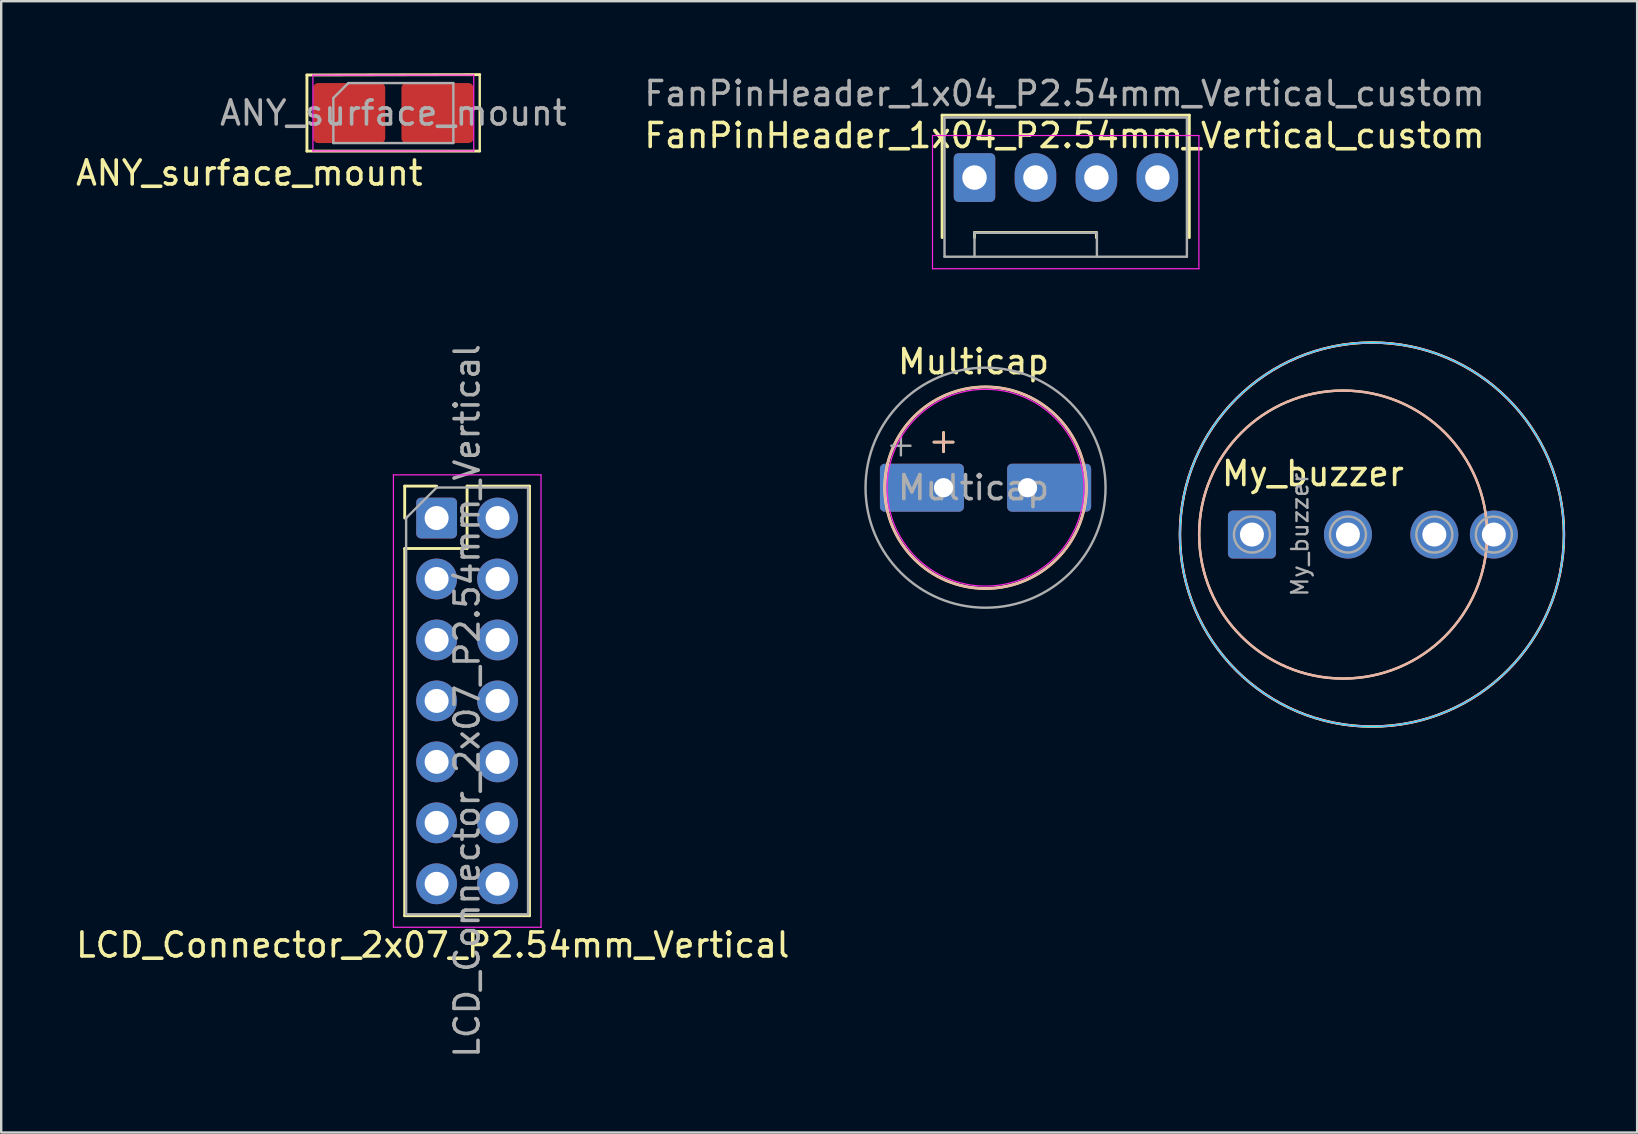
<source format=kicad_pcb>
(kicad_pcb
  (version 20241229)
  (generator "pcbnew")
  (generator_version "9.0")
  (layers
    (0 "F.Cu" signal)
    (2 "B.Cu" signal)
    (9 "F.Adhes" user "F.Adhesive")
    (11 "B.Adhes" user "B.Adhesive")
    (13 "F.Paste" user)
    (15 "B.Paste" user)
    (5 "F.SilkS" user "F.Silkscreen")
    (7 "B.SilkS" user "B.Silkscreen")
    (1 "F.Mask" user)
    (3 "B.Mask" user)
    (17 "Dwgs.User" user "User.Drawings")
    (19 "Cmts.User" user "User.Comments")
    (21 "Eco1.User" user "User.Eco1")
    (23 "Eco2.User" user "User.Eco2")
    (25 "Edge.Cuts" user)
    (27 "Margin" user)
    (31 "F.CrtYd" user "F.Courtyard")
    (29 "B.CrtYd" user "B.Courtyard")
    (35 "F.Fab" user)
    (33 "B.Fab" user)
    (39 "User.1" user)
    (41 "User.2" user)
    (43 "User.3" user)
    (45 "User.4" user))
  (footprint "Multicap"
    (layer "F.Cu")
    (at 36.264 17.271)
    (property "Reference" "Multicap" (at 1.25 -5.25 0) (layer "F.SilkS") (effects (font (size 1 1) (thickness 0.15))))
    (attr through_hole)
    (fp_line (start -0.4 -1.9) (end 0.4 -1.9) (stroke (width 0.12) (type solid)) (layer "F.SilkS"))
    (fp_line (start 0 -2.3) (end 0 -1.5) (stroke (width 0.12) (type solid)) (layer "F.SilkS"))
    (fp_circle (center 1.75 0) (end 5.95 0) (stroke (width 0.12) (type solid)) (fill no) (layer "F.SilkS"))
    (fp_line (start -0.4 -1.9) (end 0.4 -1.9) (stroke (width 0.1) (type default)) (layer "B.SilkS"))
    (fp_line (start 0 -2.3) (end 0 -1.5) (stroke (width 0.1) (type default)) (layer "B.SilkS"))
    (fp_circle (center 1.75 0) (end 5.95 0) (stroke (width 0.1) (type default)) (fill no) (layer "B.SilkS"))
    (fp_circle (center 1.75 0) (end 5.85 0) (stroke (width 0.05) (type solid)) (fill no) (layer "F.CrtYd"))
    (fp_line (start -2.177 -1.748) (end -1.377 -1.748) (stroke (width 0.1) (type solid)) (layer "F.Fab"))
    (fp_line (start -1.777 -2.147) (end -1.777 -1.347) (stroke (width 0.1) (type solid)) (layer "F.Fab"))
    (fp_circle (center 1.75 0) (end 6.75 0) (stroke (width 0.1) (type solid)) (fill no) (layer "F.Fab"))
    (fp_text user "${REFERENCE}" (at 1.25 0 0) (layer "F.Fab") (effects (font (size 1 1) (thickness 0.15))))
    (pad "1" thru_hole roundrect (at 0 0) (size 3.5 2) (drill 0.8 (offset -0.9 0)) (layers "*.Cu" "*.Mask") (roundrect_rratio 0.1))
    (pad "2" thru_hole roundrect (at 3.5 0) (size 3.5 2) (drill 0.8 (offset 0.9 0)) (layers "*.Cu" "*.Mask") (roundrect_rratio 0.1)))
  (footprint "My_buzzer"
    (layer "F.Cu")
    (at 49.114 19.223)
    (property "Reference" "My_buzzer" (at 2.54 -2.54 180) (layer "F.SilkS") (effects (font (size 1 1) (thickness 0.15))))
    (attr exclude_from_pos_files)
    (fp_circle (center 3.8 0) (end 9.8 0) (stroke (width 0.1) (type default)) (fill no) (layer "F.SilkS"))
    (fp_circle (center 5 0) (end 13 0) (stroke (width 0.1) (type default)) (fill no) (layer "F.SilkS"))
    (fp_circle (center 3.8 0) (end 9.8 0) (stroke (width 0.1) (type default)) (fill no) (layer "B.SilkS"))
    (fp_circle (center 5 0) (end 13 0) (stroke (width 0.1) (type default)) (fill no) (layer "B.SilkS"))
    (fp_circle (center 5 0) (end 13 0) (stroke (width 0.05) (type default)) (fill no) (layer "B.CrtYd"))
    (fp_circle (center 5 0) (end 13 0) (stroke (width 0.05) (type default)) (fill no) (layer "F.CrtYd"))
    (fp_circle (center 0 0) (end 0.75 0) (stroke (width 0.1) (type solid)) (fill no) (layer "F.Fab"))
    (fp_circle (center 4 0) (end 4.75 0) (stroke (width 0.1) (type solid)) (fill no) (layer "F.Fab"))
    (fp_circle (center 7.6 0) (end 8.35 0) (stroke (width 0.1) (type solid)) (fill no) (layer "F.Fab"))
    (fp_circle (center 10.08 0) (end 10.83 0) (stroke (width 0.1) (type solid)) (fill no) (layer "F.Fab"))
    (fp_text user "${REFERENCE}" (at 2 0 90) (layer "F.Fab") (effects (font (size 0.68 0.68) (thickness 0.1))))
    (pad "1" thru_hole roundrect (at 0 0) (size 2 2) (drill 1) (layers "*.Cu" "*.Mask") (roundrect_rratio 0.1))
    (pad "2" thru_hole circle (at 4 0) (size 2 2) (drill 1) (layers "*.Cu" "*.Mask"))
    (pad "2" thru_hole circle (at 7.6 0) (size 2 2) (drill 1) (layers "*.Cu" "*.Mask"))
    (pad "2" thru_hole circle (at 10.08 0) (size 2 2) (drill 1) (layers "*.Cu" "*.Mask")))
  (footprint "ANY_surface_mount"
    (layer "F.Cu")
    (at 13.339 1.66)
    (property "Reference" "ANY_surface_mount" (at -6 2.5 0) (layer "F.SilkS") (effects (font (size 1 1) (thickness 0.15))))
    (attr smd)
    (fp_line (start -3.6 -1.585) (end -3.6 1.585) (stroke (width 0.12) (type solid)) (layer "F.SilkS"))
    (fp_line (start -3.6 1.585) (end 3.6 1.585) (stroke (width 0.12) (type solid)) (layer "F.SilkS"))
    (fp_line (start 3.6 -1.6) (end -3.6 -1.585) (stroke (width 0.12) (type solid)) (layer "F.SilkS"))
    (fp_line (start 3.6 -1.6) (end 3.6 1.585) (stroke (width 0.1) (type default)) (layer "F.SilkS"))
    (fp_line (start -3.35 -1.58) (end 3.35 -1.58) (stroke (width 0.05) (type solid)) (layer "F.CrtYd"))
    (fp_line (start -3.35 1.58) (end -3.35 -1.58) (stroke (width 0.05) (type solid)) (layer "F.CrtYd"))
    (fp_line (start 3.35 -1.58) (end 3.35 1.58) (stroke (width 0.05) (type solid)) (layer "F.CrtYd"))
    (fp_line (start 3.35 1.58) (end -3.35 1.58) (stroke (width 0.05) (type solid)) (layer "F.CrtYd"))
    (fp_line (start -2.5 -0.625) (end -2.5 1.25) (stroke (width 0.1) (type solid)) (layer "F.Fab"))
    (fp_line (start -2.5 1.25) (end 2.5 1.25) (stroke (width 0.1) (type solid)) (layer "F.Fab"))
    (fp_line (start -1.875 -1.25) (end -2.5 -0.625) (stroke (width 0.1) (type solid)) (layer "F.Fab"))
    (fp_line (start 2.5 -1.25) (end -1.875 -1.25) (stroke (width 0.1) (type solid)) (layer "F.Fab"))
    (fp_line (start 2.5 1.25) (end 2.5 -1.25) (stroke (width 0.1) (type solid)) (layer "F.Fab"))
    (fp_text user "${REFERENCE}" (at 0 0 0) (layer "F.Fab") (effects (font (size 1 1) (thickness 0.15))))
    (pad "1" smd roundrect (at -2.337 0) (size 3 2.5) (drill (offset 0.5 0)) (layers "F.Cu" "F.Mask" "F.Paste") (roundrect_rratio 0.08))
    (pad "2" smd roundrect (at 2.337 0) (size 3 2.5) (drill (offset -0.5 0)) (layers "F.Cu" "F.Mask" "F.Paste") (roundrect_rratio 0.08)))
  (footprint "LCD_Connector_2x07_P2.54mm_Vertical"
    (layer "F.Cu")
    (at 15.142 18.535)
    (property "Reference" "LCD_Connector_2x07_P2.54mm_Vertical" (at -0.16 17.79 180) (layer "F.SilkS") (effects (font (size 1 1) (thickness 0.15))))
    (attr through_hole)
    (fp_line (start -1.33 -1.33) (end 0 -1.33) (stroke (width 0.12) (type solid)) (layer "F.SilkS"))
    (fp_line (start -1.33 0) (end -1.33 -1.33) (stroke (width 0.12) (type solid)) (layer "F.SilkS"))
    (fp_line (start -1.33 1.27) (end -1.33 16.57) (stroke (width 0.12) (type solid)) (layer "F.SilkS"))
    (fp_line (start -1.33 1.27) (end 1.27 1.27) (stroke (width 0.12) (type solid)) (layer "F.SilkS"))
    (fp_line (start -1.33 16.57) (end 3.87 16.57) (stroke (width 0.12) (type solid)) (layer "F.SilkS"))
    (fp_line (start 1.27 -1.33) (end 3.87 -1.33) (stroke (width 0.12) (type solid)) (layer "F.SilkS"))
    (fp_line (start 1.27 1.27) (end 1.27 -1.33) (stroke (width 0.12) (type solid)) (layer "F.SilkS"))
    (fp_line (start 3.87 -1.33) (end 3.87 16.57) (stroke (width 0.12) (type solid)) (layer "F.SilkS"))
    (fp_line (start -1.8 -1.8) (end -1.8 17.05) (stroke (width 0.05) (type solid)) (layer "F.CrtYd"))
    (fp_line (start -1.8 17.05) (end 4.35 17.05) (stroke (width 0.05) (type solid)) (layer "F.CrtYd"))
    (fp_line (start 4.35 -1.8) (end -1.8 -1.8) (stroke (width 0.05) (type solid)) (layer "F.CrtYd"))
    (fp_line (start 4.35 17.05) (end 4.35 -1.8) (stroke (width 0.05) (type solid)) (layer "F.CrtYd"))
    (fp_line (start -1.27 0) (end 0 -1.27) (stroke (width 0.1) (type solid)) (layer "F.Fab"))
    (fp_line (start -1.27 16.51) (end -1.27 0) (stroke (width 0.1) (type solid)) (layer "F.Fab"))
    (fp_line (start 0 -1.27) (end 3.81 -1.27) (stroke (width 0.1) (type solid)) (layer "F.Fab"))
    (fp_line (start 3.81 -1.27) (end 3.81 16.51) (stroke (width 0.1) (type solid)) (layer "F.Fab"))
    (fp_line (start 3.81 16.51) (end -1.27 16.51) (stroke (width 0.1) (type solid)) (layer "F.Fab"))
    (fp_text user "${REFERENCE}" (at 1.27 7.62 270) (layer "F.Fab") (effects (font (size 1 1) (thickness 0.15))))
    (pad "1" thru_hole roundrect (at 0 0) (size 1.7 1.7) (drill 1) (layers "*.Cu" "*.Mask") (roundrect_rratio 0.118))
    (pad "2" thru_hole oval (at 2.54 0) (size 1.7 1.7) (drill 1) (layers "*.Cu" "*.Mask"))
    (pad "3" thru_hole oval (at 0 2.54) (size 1.7 1.7) (drill 1) (layers "*.Cu" "*.Mask"))
    (pad "4" thru_hole oval (at 2.54 2.54) (size 1.7 1.7) (drill 1) (layers "*.Cu" "*.Mask"))
    (pad "5" thru_hole oval (at 0 5.08) (size 1.7 1.7) (drill 1) (layers "*.Cu" "*.Mask"))
    (pad "6" thru_hole oval (at 2.54 5.08) (size 1.7 1.7) (drill 1) (layers "*.Cu" "*.Mask"))
    (pad "7" thru_hole oval (at 0 7.62) (size 1.7 1.7) (drill 1) (layers "*.Cu" "*.Mask"))
    (pad "8" thru_hole oval (at 2.54 7.62) (size 1.7 1.7) (drill 1) (layers "*.Cu" "*.Mask"))
    (pad "9" thru_hole oval (at 0 10.16) (size 1.7 1.7) (drill 1) (layers "*.Cu" "*.Mask"))
    (pad "10" thru_hole oval (at 2.54 10.16) (size 1.7 1.7) (drill 1) (layers "*.Cu" "*.Mask"))
    (pad "11" thru_hole oval (at 0 12.7) (size 1.7 1.7) (drill 1) (layers "*.Cu" "*.Mask"))
    (pad "12" thru_hole oval (at 2.54 12.7) (size 1.7 1.7) (drill 1) (layers "*.Cu" "*.Mask"))
    (pad "13" thru_hole oval (at 0 15.24) (size 1.7 1.7) (drill 1) (layers "*.Cu" "*.Mask"))
    (pad "14" thru_hole oval (at 2.54 15.24) (size 1.7 1.7) (drill 1) (layers "*.Cu" "*.Mask")))
  (footprint "FanPinHeader_1x04_P2.54mm_Vertical_custom"
    (layer "F.Cu")
    (at 37.554 4.348)
    (property "Reference" "FanPinHeader_1x04_P2.54mm_Vertical_custom" (at 3.75 -1.75 0) (layer "F.SilkS") (effects (font (size 1 1) (thickness 0.15))))
    (attr through_hole)
    (fp_line (start -1.35 -2.6) (end 8.95 -2.6) (stroke (width 0.12) (type solid)) (layer "F.SilkS"))
    (fp_line (start -1.35 2.5) (end -1.35 -2.6) (stroke (width 0.12) (type solid)) (layer "F.SilkS"))
    (fp_line (start 0 2.29) (end 5.08 2.29) (stroke (width 0.12) (type solid)) (layer "F.SilkS"))
    (fp_line (start 0 2.5) (end 0 2.29) (stroke (width 0.12) (type solid)) (layer "F.SilkS"))
    (fp_line (start 5.08 2.29) (end 5.08 2.5) (stroke (width 0.12) (type solid)) (layer "F.SilkS"))
    (fp_line (start 8.95 -2.6) (end 8.95 2.5) (stroke (width 0.12) (type solid)) (layer "F.SilkS"))
    (fp_line (start -1.75 3.8) (end -1.75 -1.75) (stroke (width 0.05) (type solid)) (layer "F.CrtYd"))
    (fp_line (start -1.75 3.8) (end 9.35 3.8) (stroke (width 0.05) (type solid)) (layer "F.CrtYd"))
    (fp_line (start 9.35 -1.75) (end -1.75 -1.75) (stroke (width 0.05) (type solid)) (layer "F.CrtYd"))
    (fp_line (start 9.35 -1.75) (end 9.35 3.8) (stroke (width 0.05) (type solid)) (layer "F.CrtYd"))
    (fp_line (start -1.25 -2.5) (end 4.4 -2.5) (stroke (width 0.1) (type solid)) (layer "F.Fab"))
    (fp_line (start -1.25 3.3) (end -1.25 -2.5) (stroke (width 0.1) (type solid)) (layer "F.Fab"))
    (fp_line (start -1.2 3.3) (end -1.25 3.3) (stroke (width 0.1) (type solid)) (layer "F.Fab"))
    (fp_line (start 0 2.3) (end 0 3.3) (stroke (width 0.1) (type solid)) (layer "F.Fab"))
    (fp_line (start 4.4 -2.5) (end 8.85 -2.5) (stroke (width 0.1) (type solid)) (layer "F.Fab"))
    (fp_line (start 5.1 2.3) (end 0 2.3) (stroke (width 0.1) (type solid)) (layer "F.Fab"))
    (fp_line (start 5.1 3.3) (end 5.1 2.3) (stroke (width 0.1) (type solid)) (layer "F.Fab"))
    (fp_line (start 8.85 -2.5) (end 8.85 3.3) (stroke (width 0.1) (type solid)) (layer "F.Fab"))
    (fp_line (start 8.85 3.3) (end -1.2 3.3) (stroke (width 0.1) (type solid)) (layer "F.Fab"))
    (fp_text user "${REFERENCE}" (at 3.75 -3.5 0) (layer "F.Fab") (effects (font (size 1 1) (thickness 0.15))))
    (pad "1" thru_hole roundrect (at 0 0 90) (size 2.03 1.73) (drill 1.02) (layers "*.Cu" "*.Mask") (roundrect_rratio 0.116))
    (pad "2" thru_hole oval (at 2.54 0 90) (size 2.03 1.73) (drill 1.02) (layers "*.Cu" "*.Mask"))
    (pad "3" thru_hole oval (at 5.08 0 90) (size 2.03 1.73) (drill 1.02) (layers "*.Cu" "*.Mask"))
    (pad "4" thru_hole oval (at 7.62 0 90) (size 2.03 1.73) (drill 1.02) (layers "*.Cu" "*.Mask")))
  (gr_rect
    (start -3 -3)
    (end 65.164 44.138)
    (stroke (width 0.1) (type default))
    (fill no)
    (layer "Edge.Cuts")))
</source>
